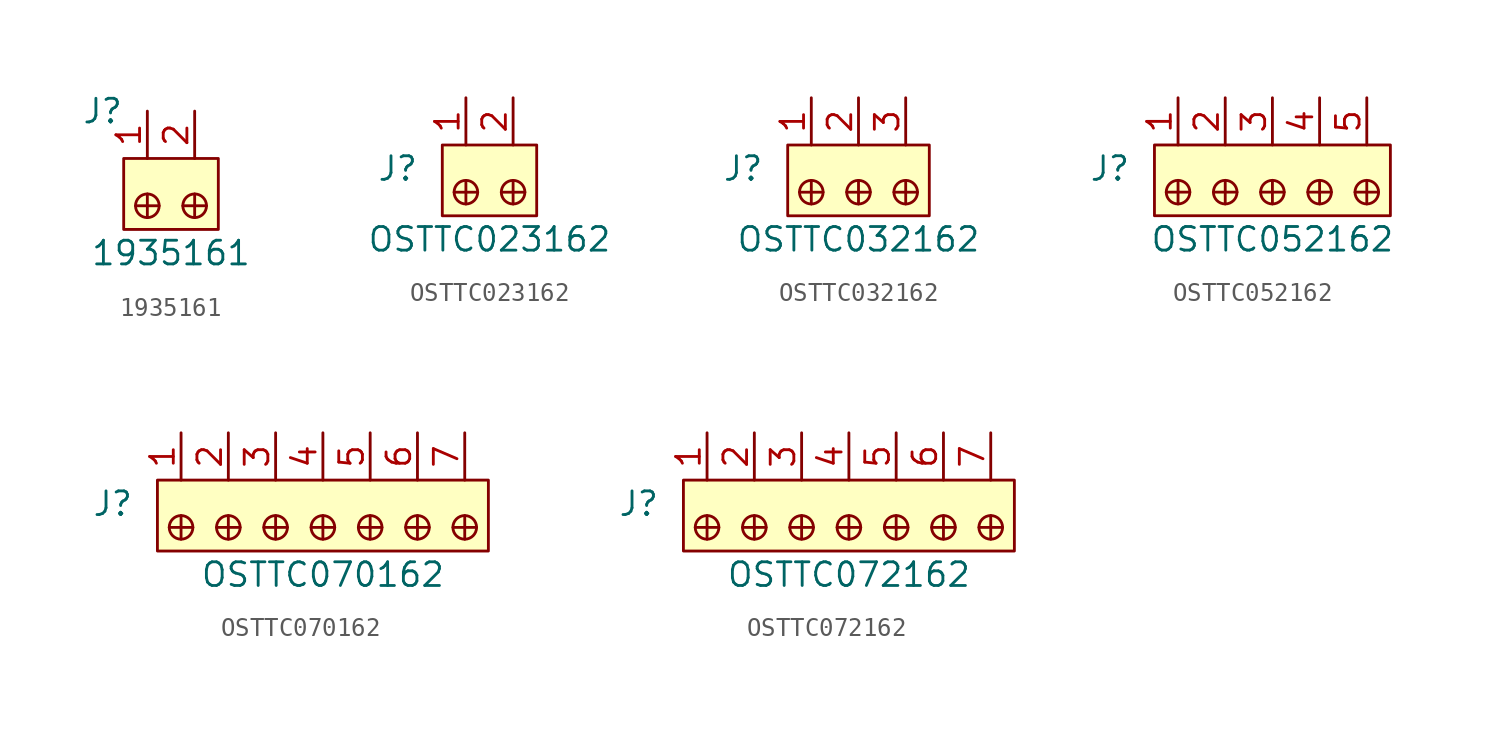
<source format=kicad_sym>
(kicad_symbol_lib
  (version 20201005)
  (generator kicad_symbol_editor)
  (symbol "1935161"
    (pin_names
      (offset 1.016))
    (property "Reference" "J"
      (at -1.27 5.08 0)
      (effects (font (size 1.27 1.27)) (justify right)))
    (property "Value" "1935161"
      (at 1.27 -2.54 0)
      (effects (font (size 1.27 1.27))))
    (symbol "1935161_0_1"
      (circle (center 0 0) (radius 0.635) (stroke (width 0)) (fill (type none)))
      (circle (center 2.54 0) (radius 0.635) (stroke (width 0)) (fill (type none)))
      (rectangle (start -1.27 2.54) (end 3.81 -1.27) (stroke (width 0)) (fill (type background)))
      (polyline (pts (xy 0 0.635) (xy 0 -0.635)) (stroke (width 0)) (fill (type none)))
      (polyline (pts (xy 0.635 0) (xy -0.635 0)) (stroke (width 0)) (fill (type none)))
      (polyline (pts (xy 1.905 0) (xy 3.175 0)) (stroke (width 0)) (fill (type none)))
      (polyline (pts (xy 2.54 0.635) (xy 2.54 -0.635)) (stroke (width 0)) (fill (type none))))
    (symbol "1935161_1_1"
      (pin passive line (at 0 5.08 270) (length 2.54) (name "~" (effects (font (size 1.27 1.27)))) (number "1" (effects (font (size 1.27 1.27)))))
      (pin passive line (at 2.54 5.08 270) (length 2.54) (name "~" (effects (font (size 1.27 1.27)))) (number "2" (effects (font (size 1.27 1.27)))))))
  (symbol "OSTTC023162"
    (pin_names
      (offset 1.016))
    (property "Reference" "J"
      (at -2.54 -1.27 0)
      (effects (font (size 1.27 1.27)) (justify right)))
    (property "Value" "OSTTC023162"
      (at 1.27 -5.08 0)
      (effects (font (size 1.27 1.27))))
    (symbol "OSTTC023162_1_1"
      (circle (center 0 -2.54) (radius 0.635) (stroke (width 0)) (fill (type none)))
      (circle (center 2.54 -2.54) (radius 0.635) (stroke (width 0)) (fill (type none)))
      (rectangle (start -1.27 0) (end 3.81 -3.81) (stroke (width 0)) (fill (type background)))
      (polyline (pts (xy 0 -1.905) (xy 0 -3.175)) (stroke (width 0)) (fill (type none)))
      (polyline (pts (xy 0.635 -2.54) (xy -0.635 -2.54)) (stroke (width 0)) (fill (type none)))
      (polyline (pts (xy 1.905 -2.54) (xy 3.175 -2.54)) (stroke (width 0)) (fill (type none)))
      (polyline (pts (xy 2.54 -1.905) (xy 2.54 -3.175)) (stroke (width 0)) (fill (type none)))
      (pin passive line (at 0 2.54 270) (length 2.54) (name "~" (effects (font (size 1.27 1.27)))) (number "1" (effects (font (size 1.27 1.27)))))
      (pin passive line (at 2.54 2.54 270) (length 2.54) (name "~" (effects (font (size 1.27 1.27)))) (number "2" (effects (font (size 1.27 1.27)))))))
  (symbol "OSTTC032162"
    (pin_names
      (offset 1.016))
    (property "Reference" "J"
      (at -2.54 -1.27 0)
      (effects (font (size 1.27 1.27)) (justify right)))
    (property "Value" "OSTTC032162"
      (at 2.54 -5.08 0)
      (effects (font (size 1.27 1.27))))
    (symbol "OSTTC032162_1_1"
      (circle (center 0 -2.54) (radius 0.635) (stroke (width 0)) (fill (type none)))
      (circle (center 2.54 -2.54) (radius 0.635) (stroke (width 0)) (fill (type none)))
      (circle (center 5.08 -2.54) (radius 0.635) (stroke (width 0)) (fill (type none)))
      (rectangle (start -1.27 0) (end 6.35 -3.81) (stroke (width 0)) (fill (type background)))
      (polyline (pts (xy 0 -1.905) (xy 0 -3.175)) (stroke (width 0)) (fill (type none)))
      (polyline (pts (xy 0.635 -2.54) (xy -0.635 -2.54)) (stroke (width 0)) (fill (type none)))
      (polyline (pts (xy 1.905 -2.54) (xy 3.175 -2.54)) (stroke (width 0)) (fill (type none)))
      (polyline (pts (xy 2.54 -1.905) (xy 2.54 -3.175)) (stroke (width 0)) (fill (type none)))
      (polyline (pts (xy 4.445 -2.54) (xy 5.715 -2.54)) (stroke (width 0)) (fill (type none)))
      (polyline (pts (xy 5.08 -1.905) (xy 5.08 -3.175)) (stroke (width 0)) (fill (type none)))
      (pin passive line (at 0 2.54 270) (length 2.54) (name "~" (effects (font (size 1.27 1.27)))) (number "1" (effects (font (size 1.27 1.27)))))
      (pin passive line (at 2.54 2.54 270) (length 2.54) (name "~" (effects (font (size 1.27 1.27)))) (number "2" (effects (font (size 1.27 1.27)))))
      (pin passive line (at 5.08 2.54 270) (length 2.54) (name "~" (effects (font (size 1.27 1.27)))) (number "3" (effects (font (size 1.27 1.27)))))))
  (symbol "OSTTC052162"
    (pin_names
      (offset 1.016))
    (property "Reference" "J"
      (at -2.54 -1.27 0)
      (effects (font (size 1.27 1.27)) (justify right)))
    (property "Value" "OSTTC052162"
      (at 5.08 -5.08 0)
      (effects (font (size 1.27 1.27))))
    (symbol "OSTTC052162_1_1"
      (circle (center 0 -2.54) (radius 0.635) (stroke (width 0)) (fill (type none)))
      (circle (center 2.54 -2.54) (radius 0.635) (stroke (width 0)) (fill (type none)))
      (circle (center 5.08 -2.54) (radius 0.635) (stroke (width 0)) (fill (type none)))
      (circle (center 7.62 -2.54) (radius 0.635) (stroke (width 0)) (fill (type none)))
      (circle (center 10.16 -2.54) (radius 0.635) (stroke (width 0)) (fill (type none)))
      (rectangle (start -1.27 0) (end 11.43 -3.81) (stroke (width 0)) (fill (type background)))
      (polyline (pts (xy 0 -1.905) (xy 0 -3.175)) (stroke (width 0)) (fill (type none)))
      (polyline (pts (xy 0.635 -2.54) (xy -0.635 -2.54)) (stroke (width 0)) (fill (type none)))
      (polyline (pts (xy 1.905 -2.54) (xy 3.175 -2.54)) (stroke (width 0)) (fill (type none)))
      (polyline (pts (xy 2.54 -1.905) (xy 2.54 -3.175)) (stroke (width 0)) (fill (type none)))
      (polyline (pts (xy 5.08 -1.905) (xy 5.08 -3.175)) (stroke (width 0)) (fill (type none)))
      (polyline (pts (xy 5.715 -2.54) (xy 4.445 -2.54)) (stroke (width 0)) (fill (type none)))
      (polyline (pts (xy 6.985 -2.54) (xy 8.255 -2.54)) (stroke (width 0)) (fill (type none)))
      (polyline (pts (xy 7.62 -1.905) (xy 7.62 -3.175)) (stroke (width 0)) (fill (type none)))
      (polyline (pts (xy 9.525 -2.54) (xy 10.795 -2.54)) (stroke (width 0)) (fill (type none)))
      (polyline (pts (xy 10.16 -1.905) (xy 10.16 -3.175)) (stroke (width 0)) (fill (type none)))
      (pin passive line (at 0 2.54 270) (length 2.54) (name "~" (effects (font (size 1.27 1.27)))) (number "1" (effects (font (size 1.27 1.27)))))
      (pin passive line (at 2.54 2.54 270) (length 2.54) (name "~" (effects (font (size 1.27 1.27)))) (number "2" (effects (font (size 1.27 1.27)))))
      (pin passive line (at 5.08 2.54 270) (length 2.54) (name "~" (effects (font (size 1.27 1.27)))) (number "3" (effects (font (size 1.27 1.27)))))
      (pin passive line (at 7.62 2.54 270) (length 2.54) (name "~" (effects (font (size 1.27 1.27)))) (number "4" (effects (font (size 1.27 1.27)))))
      (pin passive line (at 10.16 2.54 270) (length 2.54) (name "~" (effects (font (size 1.27 1.27)))) (number "5" (effects (font (size 1.27 1.27)))))))
  (symbol "OSTTC070162"
    (pin_names
      (offset 1.016))
    (property "Reference" "J"
      (at -2.54 -1.27 0)
      (effects (font (size 1.27 1.27)) (justify right)))
    (property "Value" "OSTTC070162"
      (at 7.62 -5.08 0)
      (effects (font (size 1.27 1.27))))
    (symbol "OSTTC070162_1_1"
      (circle (center 0 -2.54) (radius 0.635) (stroke (width 0)) (fill (type none)))
      (circle (center 2.54 -2.54) (radius 0.635) (stroke (width 0)) (fill (type none)))
      (circle (center 5.08 -2.54) (radius 0.635) (stroke (width 0)) (fill (type none)))
      (circle (center 7.62 -2.54) (radius 0.635) (stroke (width 0)) (fill (type none)))
      (circle (center 10.16 -2.54) (radius 0.635) (stroke (width 0)) (fill (type none)))
      (circle (center 12.7 -2.54) (radius 0.635) (stroke (width 0)) (fill (type none)))
      (circle (center 15.24 -2.54) (radius 0.635) (stroke (width 0)) (fill (type none)))
      (rectangle (start -1.27 0) (end 16.51 -3.81) (stroke (width 0)) (fill (type background)))
      (polyline (pts (xy 0 -1.905) (xy 0 -3.175)) (stroke (width 0)) (fill (type none)))
      (polyline (pts (xy 0.635 -2.54) (xy -0.635 -2.54)) (stroke (width 0)) (fill (type none)))
      (polyline (pts (xy 1.905 -2.54) (xy 3.175 -2.54)) (stroke (width 0)) (fill (type none)))
      (polyline (pts (xy 2.54 -1.905) (xy 2.54 -3.175)) (stroke (width 0)) (fill (type none)))
      (polyline (pts (xy 5.08 -1.905) (xy 5.08 -3.175)) (stroke (width 0)) (fill (type none)))
      (polyline (pts (xy 5.715 -2.54) (xy 4.445 -2.54)) (stroke (width 0)) (fill (type none)))
      (polyline (pts (xy 6.985 -2.54) (xy 8.255 -2.54)) (stroke (width 0)) (fill (type none)))
      (polyline (pts (xy 7.62 -1.905) (xy 7.62 -3.175)) (stroke (width 0)) (fill (type none)))
      (polyline (pts (xy 10.16 -1.905) (xy 10.16 -3.175)) (stroke (width 0)) (fill (type none)))
      (polyline (pts (xy 10.795 -2.54) (xy 9.525 -2.54)) (stroke (width 0)) (fill (type none)))
      (polyline (pts (xy 12.065 -2.54) (xy 13.335 -2.54)) (stroke (width 0)) (fill (type none)))
      (polyline (pts (xy 12.7 -1.905) (xy 12.7 -3.175)) (stroke (width 0)) (fill (type none)))
      (polyline (pts (xy 14.605 -2.54) (xy 15.875 -2.54)) (stroke (width 0)) (fill (type none)))
      (polyline (pts (xy 15.24 -1.905) (xy 15.24 -3.175)) (stroke (width 0)) (fill (type none)))
      (pin passive line (at 0 2.54 270) (length 2.54) (name "~" (effects (font (size 1.27 1.27)))) (number "1" (effects (font (size 1.27 1.27)))))
      (pin passive line (at 2.54 2.54 270) (length 2.54) (name "~" (effects (font (size 1.27 1.27)))) (number "2" (effects (font (size 1.27 1.27)))))
      (pin passive line (at 5.08 2.54 270) (length 2.54) (name "~" (effects (font (size 1.27 1.27)))) (number "3" (effects (font (size 1.27 1.27)))))
      (pin passive line (at 7.62 2.54 270) (length 2.54) (name "~" (effects (font (size 1.27 1.27)))) (number "4" (effects (font (size 1.27 1.27)))))
      (pin passive line (at 10.16 2.54 270) (length 2.54) (name "~" (effects (font (size 1.27 1.27)))) (number "5" (effects (font (size 1.27 1.27)))))
      (pin passive line (at 12.7 2.54 270) (length 2.54) (name "~" (effects (font (size 1.27 1.27)))) (number "6" (effects (font (size 1.27 1.27)))))
      (pin passive line (at 15.24 2.54 270) (length 2.54) (name "~" (effects (font (size 1.27 1.27)))) (number "7" (effects (font (size 1.27 1.27)))))))
  (symbol "OSTTC072162"
    (pin_names
      (offset 1.016))
    (property "Reference" "J"
      (at -2.54 -1.27 0)
      (effects (font (size 1.27 1.27)) (justify right)))
    (property "Value" "OSTTC072162"
      (at 7.62 -5.08 0)
      (effects (font (size 1.27 1.27))))
    (symbol "OSTTC072162_1_1"
      (circle (center 0 -2.54) (radius 0.635) (stroke (width 0)) (fill (type none)))
      (circle (center 2.54 -2.54) (radius 0.635) (stroke (width 0)) (fill (type none)))
      (circle (center 5.08 -2.54) (radius 0.635) (stroke (width 0)) (fill (type none)))
      (circle (center 7.62 -2.54) (radius 0.635) (stroke (width 0)) (fill (type none)))
      (circle (center 10.16 -2.54) (radius 0.635) (stroke (width 0)) (fill (type none)))
      (circle (center 12.7 -2.54) (radius 0.635) (stroke (width 0)) (fill (type none)))
      (circle (center 15.24 -2.54) (radius 0.635) (stroke (width 0)) (fill (type none)))
      (rectangle (start -1.27 0) (end 16.51 -3.81) (stroke (width 0)) (fill (type background)))
      (polyline (pts (xy 0 -1.905) (xy 0 -3.175)) (stroke (width 0)) (fill (type none)))
      (polyline (pts (xy 0.635 -2.54) (xy -0.635 -2.54)) (stroke (width 0)) (fill (type none)))
      (polyline (pts (xy 1.905 -2.54) (xy 3.175 -2.54)) (stroke (width 0)) (fill (type none)))
      (polyline (pts (xy 2.54 -1.905) (xy 2.54 -3.175)) (stroke (width 0)) (fill (type none)))
      (polyline (pts (xy 5.08 -1.905) (xy 5.08 -3.175)) (stroke (width 0)) (fill (type none)))
      (polyline (pts (xy 5.715 -2.54) (xy 4.445 -2.54)) (stroke (width 0)) (fill (type none)))
      (polyline (pts (xy 6.985 -2.54) (xy 8.255 -2.54)) (stroke (width 0)) (fill (type none)))
      (polyline (pts (xy 7.62 -1.905) (xy 7.62 -3.175)) (stroke (width 0)) (fill (type none)))
      (polyline (pts (xy 10.16 -1.905) (xy 10.16 -3.175)) (stroke (width 0)) (fill (type none)))
      (polyline (pts (xy 10.795 -2.54) (xy 9.525 -2.54)) (stroke (width 0)) (fill (type none)))
      (polyline (pts (xy 12.065 -2.54) (xy 13.335 -2.54)) (stroke (width 0)) (fill (type none)))
      (polyline (pts (xy 12.7 -1.905) (xy 12.7 -3.175)) (stroke (width 0)) (fill (type none)))
      (polyline (pts (xy 14.605 -2.54) (xy 15.875 -2.54)) (stroke (width 0)) (fill (type none)))
      (polyline (pts (xy 15.24 -1.905) (xy 15.24 -3.175)) (stroke (width 0)) (fill (type none)))
      (pin passive line (at 0 2.54 270) (length 2.54) (name "~" (effects (font (size 1.27 1.27)))) (number "1" (effects (font (size 1.27 1.27)))))
      (pin passive line (at 2.54 2.54 270) (length 2.54) (name "~" (effects (font (size 1.27 1.27)))) (number "2" (effects (font (size 1.27 1.27)))))
      (pin passive line (at 5.08 2.54 270) (length 2.54) (name "~" (effects (font (size 1.27 1.27)))) (number "3" (effects (font (size 1.27 1.27)))))
      (pin passive line (at 7.62 2.54 270) (length 2.54) (name "~" (effects (font (size 1.27 1.27)))) (number "4" (effects (font (size 1.27 1.27)))))
      (pin passive line (at 10.16 2.54 270) (length 2.54) (name "~" (effects (font (size 1.27 1.27)))) (number "5" (effects (font (size 1.27 1.27)))))
      (pin passive line (at 12.7 2.54 270) (length 2.54) (name "~" (effects (font (size 1.27 1.27)))) (number "6" (effects (font (size 1.27 1.27)))))
      (pin passive line (at 15.24 2.54 270) (length 2.54) (name "~" (effects (font (size 1.27 1.27)))) (number "7" (effects (font (size 1.27 1.27))))))))
</source>
